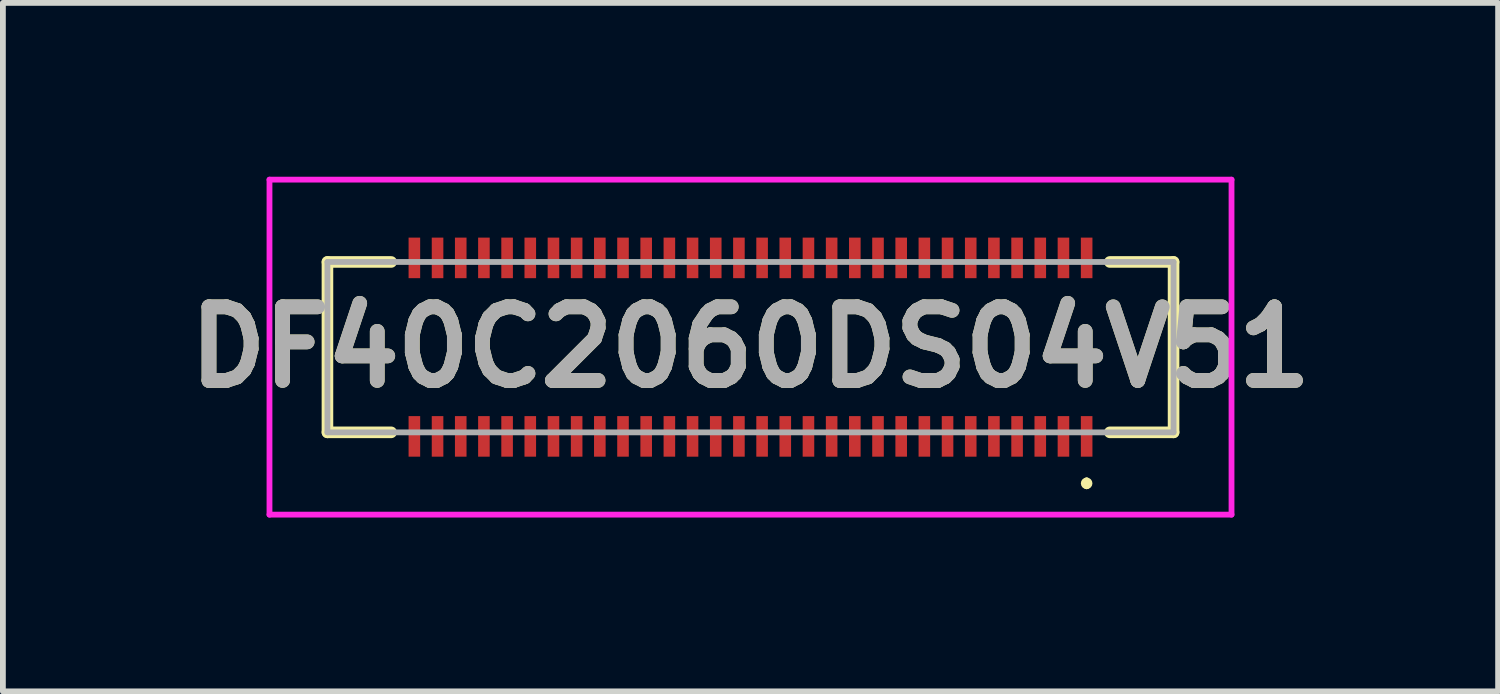
<source format=kicad_pcb>
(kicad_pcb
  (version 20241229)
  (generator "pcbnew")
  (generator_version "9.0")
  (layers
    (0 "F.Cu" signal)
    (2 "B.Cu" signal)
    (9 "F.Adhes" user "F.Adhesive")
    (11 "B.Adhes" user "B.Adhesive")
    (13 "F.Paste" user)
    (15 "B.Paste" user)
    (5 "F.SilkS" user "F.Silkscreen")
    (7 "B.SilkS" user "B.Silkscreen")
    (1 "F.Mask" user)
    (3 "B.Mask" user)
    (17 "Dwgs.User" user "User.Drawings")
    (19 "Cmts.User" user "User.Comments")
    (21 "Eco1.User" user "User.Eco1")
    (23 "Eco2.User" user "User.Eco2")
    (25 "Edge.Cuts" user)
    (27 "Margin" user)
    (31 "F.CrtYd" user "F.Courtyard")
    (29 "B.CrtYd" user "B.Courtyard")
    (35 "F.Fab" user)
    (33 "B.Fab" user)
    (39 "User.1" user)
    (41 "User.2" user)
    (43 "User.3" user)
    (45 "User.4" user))
  (footprint "DF40C2060DS04V51"
    (layer "F.Cu")
    (at 9.9 2.94)
    (property "Reference" "DF40C2060DS04V51" (at 0 0 0) (layer "F.SilkS") (effects (font (size 1.27 1.27) (thickness 0.254))))
    (attr smd)
    (fp_line (start -7.3 -1.47) (end -7.3 1.47) (stroke (width 0.2) (type solid)) (layer "F.SilkS"))
    (fp_line (start -7.3 1.47) (end -6.2 1.47) (stroke (width 0.2) (type solid)) (layer "F.SilkS"))
    (fp_line (start -6.2 -1.47) (end -7.3 -1.47) (stroke (width 0.2) (type solid)) (layer "F.SilkS"))
    (fp_line (start 5.8 2.3) (end 5.8 2.3) (stroke (width 0.1) (type solid)) (layer "F.SilkS"))
    (fp_line (start 5.8 2.4) (end 5.8 2.4) (stroke (width 0.1) (type solid)) (layer "F.SilkS"))
    (fp_line (start 6.2 -1.47) (end 7.3 -1.47) (stroke (width 0.2) (type solid)) (layer "F.SilkS"))
    (fp_line (start 7.3 -1.47) (end 7.3 1.47) (stroke (width 0.2) (type solid)) (layer "F.SilkS"))
    (fp_line (start 7.3 1.47) (end 6.2 1.47) (stroke (width 0.2) (type solid)) (layer "F.SilkS"))
    (fp_arc (start 5.8 2.3) (mid 5.85 2.35) (end 5.8 2.4) (stroke (width 0.1) (type solid)) (layer "F.SilkS"))
    (fp_arc (start 5.8 2.4) (mid 5.75 2.35) (end 5.8 2.3) (stroke (width 0.1) (type solid)) (layer "F.SilkS"))
    (fp_line (start -8.3 -2.89) (end 8.3 -2.89) (stroke (width 0.1) (type solid)) (layer "F.CrtYd"))
    (fp_line (start -8.3 2.89) (end -8.3 -2.89) (stroke (width 0.1) (type solid)) (layer "F.CrtYd"))
    (fp_line (start 8.3 -2.89) (end 8.3 2.89) (stroke (width 0.1) (type solid)) (layer "F.CrtYd"))
    (fp_line (start 8.3 2.89) (end -8.3 2.89) (stroke (width 0.1) (type solid)) (layer "F.CrtYd"))
    (fp_line (start -7.3 -1.47) (end 7.3 -1.47) (stroke (width 0.1) (type solid)) (layer "F.Fab"))
    (fp_line (start -7.3 1.47) (end -7.3 -1.47) (stroke (width 0.1) (type solid)) (layer "F.Fab"))
    (fp_line (start 7.3 -1.47) (end 7.3 1.47) (stroke (width 0.1) (type solid)) (layer "F.Fab"))
    (fp_line (start 7.3 1.47) (end -7.3 1.47) (stroke (width 0.1) (type solid)) (layer "F.Fab"))
    (fp_text user "${REFERENCE}" (at 0 0 0) (layer "F.Fab") (effects (font (size 1.27 1.27) (thickness 0.254))))
    (pad "1" smd rect (at 5.8 1.54) (size 0.2 0.7) (layers "F.Cu" "F.Mask" "F.Paste"))
    (pad "2" smd rect (at 5.8 -1.54) (size 0.2 0.7) (layers "F.Cu" "F.Mask" "F.Paste"))
    (pad "3" smd rect (at 5.4 1.54) (size 0.2 0.7) (layers "F.Cu" "F.Mask" "F.Paste"))
    (pad "4" smd rect (at 5.4 -1.54) (size 0.2 0.7) (layers "F.Cu" "F.Mask" "F.Paste"))
    (pad "5" smd rect (at 5 1.54) (size 0.2 0.7) (layers "F.Cu" "F.Mask" "F.Paste"))
    (pad "6" smd rect (at 5 -1.54) (size 0.2 0.7) (layers "F.Cu" "F.Mask" "F.Paste"))
    (pad "7" smd rect (at 4.6 1.54) (size 0.2 0.7) (layers "F.Cu" "F.Mask" "F.Paste"))
    (pad "8" smd rect (at 4.6 -1.54) (size 0.2 0.7) (layers "F.Cu" "F.Mask" "F.Paste"))
    (pad "9" smd rect (at 4.2 1.54) (size 0.2 0.7) (layers "F.Cu" "F.Mask" "F.Paste"))
    (pad "10" smd rect (at 4.2 -1.54) (size 0.2 0.7) (layers "F.Cu" "F.Mask" "F.Paste"))
    (pad "11" smd rect (at 3.8 1.54) (size 0.2 0.7) (layers "F.Cu" "F.Mask" "F.Paste"))
    (pad "12" smd rect (at 3.8 -1.54) (size 0.2 0.7) (layers "F.Cu" "F.Mask" "F.Paste"))
    (pad "13" smd rect (at 3.4 1.54) (size 0.2 0.7) (layers "F.Cu" "F.Mask" "F.Paste"))
    (pad "14" smd rect (at 3.4 -1.54) (size 0.2 0.7) (layers "F.Cu" "F.Mask" "F.Paste"))
    (pad "15" smd rect (at 3 1.54) (size 0.2 0.7) (layers "F.Cu" "F.Mask" "F.Paste"))
    (pad "16" smd rect (at 3 -1.54) (size 0.2 0.7) (layers "F.Cu" "F.Mask" "F.Paste"))
    (pad "17" smd rect (at 2.6 1.54) (size 0.2 0.7) (layers "F.Cu" "F.Mask" "F.Paste"))
    (pad "18" smd rect (at 2.6 -1.54) (size 0.2 0.7) (layers "F.Cu" "F.Mask" "F.Paste"))
    (pad "19" smd rect (at 2.2 1.54) (size 0.2 0.7) (layers "F.Cu" "F.Mask" "F.Paste"))
    (pad "20" smd rect (at 2.2 -1.54) (size 0.2 0.7) (layers "F.Cu" "F.Mask" "F.Paste"))
    (pad "21" smd rect (at 1.8 1.54) (size 0.2 0.7) (layers "F.Cu" "F.Mask" "F.Paste"))
    (pad "22" smd rect (at 1.8 -1.54) (size 0.2 0.7) (layers "F.Cu" "F.Mask" "F.Paste"))
    (pad "23" smd rect (at 1.4 1.54) (size 0.2 0.7) (layers "F.Cu" "F.Mask" "F.Paste"))
    (pad "24" smd rect (at 1.4 -1.54) (size 0.2 0.7) (layers "F.Cu" "F.Mask" "F.Paste"))
    (pad "25" smd rect (at 1 1.54) (size 0.2 0.7) (layers "F.Cu" "F.Mask" "F.Paste"))
    (pad "26" smd rect (at 1 -1.54) (size 0.2 0.7) (layers "F.Cu" "F.Mask" "F.Paste"))
    (pad "27" smd rect (at 0.6 1.54) (size 0.2 0.7) (layers "F.Cu" "F.Mask" "F.Paste"))
    (pad "28" smd rect (at 0.6 -1.54) (size 0.2 0.7) (layers "F.Cu" "F.Mask" "F.Paste"))
    (pad "29" smd rect (at 0.2 1.54) (size 0.2 0.7) (layers "F.Cu" "F.Mask" "F.Paste"))
    (pad "30" smd rect (at 0.2 -1.54) (size 0.2 0.7) (layers "F.Cu" "F.Mask" "F.Paste"))
    (pad "31" smd rect (at -0.2 1.54) (size 0.2 0.7) (layers "F.Cu" "F.Mask" "F.Paste"))
    (pad "32" smd rect (at -0.2 -1.54) (size 0.2 0.7) (layers "F.Cu" "F.Mask" "F.Paste"))
    (pad "33" smd rect (at -0.6 1.54) (size 0.2 0.7) (layers "F.Cu" "F.Mask" "F.Paste"))
    (pad "34" smd rect (at -0.6 -1.54) (size 0.2 0.7) (layers "F.Cu" "F.Mask" "F.Paste"))
    (pad "35" smd rect (at -1 1.54) (size 0.2 0.7) (layers "F.Cu" "F.Mask" "F.Paste"))
    (pad "36" smd rect (at -1 -1.54) (size 0.2 0.7) (layers "F.Cu" "F.Mask" "F.Paste"))
    (pad "37" smd rect (at -1.4 1.54) (size 0.2 0.7) (layers "F.Cu" "F.Mask" "F.Paste"))
    (pad "38" smd rect (at -1.4 -1.54) (size 0.2 0.7) (layers "F.Cu" "F.Mask" "F.Paste"))
    (pad "39" smd rect (at -1.8 1.54) (size 0.2 0.7) (layers "F.Cu" "F.Mask" "F.Paste"))
    (pad "40" smd rect (at -1.8 -1.54) (size 0.2 0.7) (layers "F.Cu" "F.Mask" "F.Paste"))
    (pad "41" smd rect (at -2.2 1.54) (size 0.2 0.7) (layers "F.Cu" "F.Mask" "F.Paste"))
    (pad "42" smd rect (at -2.2 -1.54) (size 0.2 0.7) (layers "F.Cu" "F.Mask" "F.Paste"))
    (pad "43" smd rect (at -2.6 1.54) (size 0.2 0.7) (layers "F.Cu" "F.Mask" "F.Paste"))
    (pad "44" smd rect (at -2.6 -1.54) (size 0.2 0.7) (layers "F.Cu" "F.Mask" "F.Paste"))
    (pad "45" smd rect (at -3 1.54) (size 0.2 0.7) (layers "F.Cu" "F.Mask" "F.Paste"))
    (pad "46" smd rect (at -3 -1.54) (size 0.2 0.7) (layers "F.Cu" "F.Mask" "F.Paste"))
    (pad "47" smd rect (at -3.4 1.54) (size 0.2 0.7) (layers "F.Cu" "F.Mask" "F.Paste"))
    (pad "48" smd rect (at -3.4 -1.54) (size 0.2 0.7) (layers "F.Cu" "F.Mask" "F.Paste"))
    (pad "49" smd rect (at -3.8 1.54) (size 0.2 0.7) (layers "F.Cu" "F.Mask" "F.Paste"))
    (pad "50" smd rect (at -3.8 -1.54) (size 0.2 0.7) (layers "F.Cu" "F.Mask" "F.Paste"))
    (pad "51" smd rect (at -4.2 1.54) (size 0.2 0.7) (layers "F.Cu" "F.Mask" "F.Paste"))
    (pad "52" smd rect (at -4.2 -1.54) (size 0.2 0.7) (layers "F.Cu" "F.Mask" "F.Paste"))
    (pad "53" smd rect (at -4.6 1.54) (size 0.2 0.7) (layers "F.Cu" "F.Mask" "F.Paste"))
    (pad "54" smd rect (at -4.6 -1.54) (size 0.2 0.7) (layers "F.Cu" "F.Mask" "F.Paste"))
    (pad "55" smd rect (at -5 1.54) (size 0.2 0.7) (layers "F.Cu" "F.Mask" "F.Paste"))
    (pad "56" smd rect (at -5 -1.54) (size 0.2 0.7) (layers "F.Cu" "F.Mask" "F.Paste"))
    (pad "57" smd rect (at -5.4 1.54) (size 0.2 0.7) (layers "F.Cu" "F.Mask" "F.Paste"))
    (pad "58" smd rect (at -5.4 -1.54) (size 0.2 0.7) (layers "F.Cu" "F.Mask" "F.Paste"))
    (pad "59" smd rect (at -5.8 1.54) (size 0.2 0.7) (layers "F.Cu" "F.Mask" "F.Paste"))
    (pad "60" smd rect (at -5.8 -1.54) (size 0.2 0.7) (layers "F.Cu" "F.Mask" "F.Paste")))
  (gr_rect
    (start -3 -3)
    (end 22.8 8.88)
    (stroke (width 0.1) (type default))
    (fill no)
    (layer "Edge.Cuts")))
</source>
